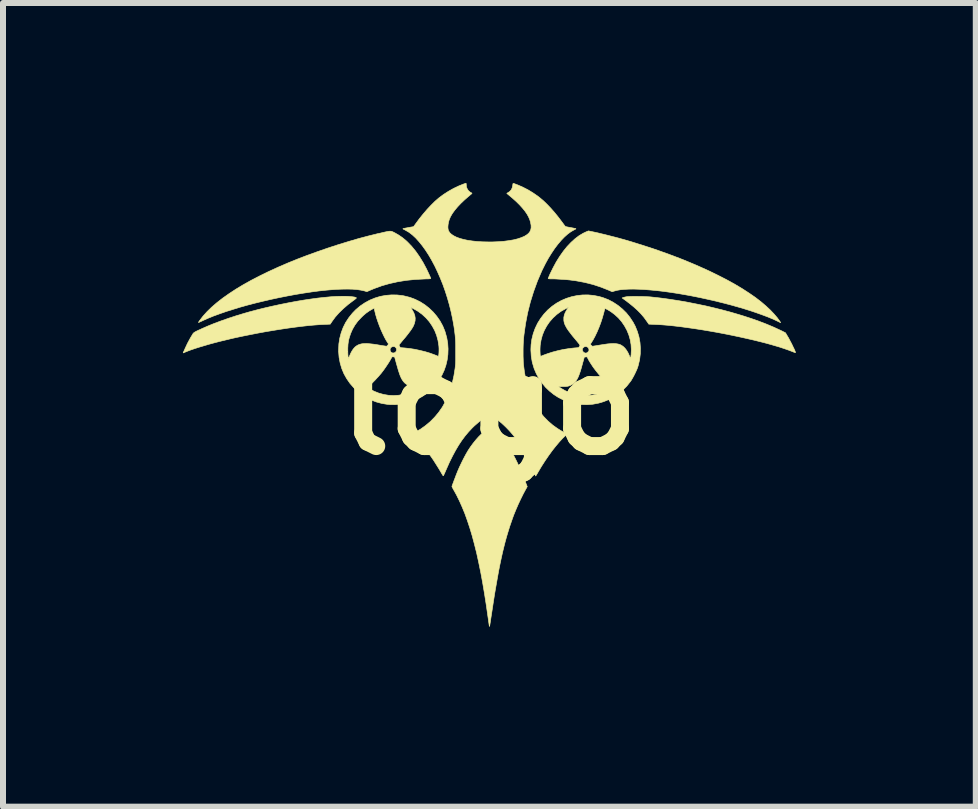
<source format=kicad_pcb>
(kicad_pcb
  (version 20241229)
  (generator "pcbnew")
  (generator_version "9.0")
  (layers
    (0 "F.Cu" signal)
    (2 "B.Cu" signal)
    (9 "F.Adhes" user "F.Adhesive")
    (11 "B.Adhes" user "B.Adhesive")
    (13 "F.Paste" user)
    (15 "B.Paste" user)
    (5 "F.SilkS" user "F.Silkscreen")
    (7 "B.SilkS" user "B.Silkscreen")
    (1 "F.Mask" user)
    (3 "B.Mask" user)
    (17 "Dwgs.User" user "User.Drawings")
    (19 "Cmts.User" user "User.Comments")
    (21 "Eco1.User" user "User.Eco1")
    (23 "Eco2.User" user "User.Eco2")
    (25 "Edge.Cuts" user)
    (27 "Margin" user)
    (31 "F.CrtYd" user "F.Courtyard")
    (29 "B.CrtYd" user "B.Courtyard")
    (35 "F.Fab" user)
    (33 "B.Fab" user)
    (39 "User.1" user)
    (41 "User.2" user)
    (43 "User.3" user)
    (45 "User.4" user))
  (footprint "logo"
    (layer "F.Cu")
    (at 5.11 3.698)
    (property "Reference" "logo" (at 0 0 0) (layer "F.SilkS") (effects (font (size 1.524 1.524) (thickness 0.3))))
    (attr through_hole)
    (fp_poly (pts (xy 2.492 -1.805) (xy 2.539 -1.805) (xy 2.585 -1.803) (xy 2.628 -1.801) (xy 2.667 -1.799) (xy 2.692 -1.797) (xy 2.844 -1.78) (xy 2.999 -1.759) (xy 3.155 -1.735) (xy 3.312 -1.707) (xy 3.469 -1.676) (xy 3.626 -1.643) (xy 3.781 -1.606) (xy 3.933 -1.567) (xy 4.081 -1.526) (xy 4.225 -1.483) (xy 4.364 -1.438) (xy 4.496 -1.391) (xy 4.621 -1.343) (xy 4.738 -1.294) (xy 4.846 -1.244) (xy 4.876 -1.23) (xy 4.937 -1.199) (xy 4.97 -1.143) (xy 4.986 -1.117) (xy 5.002 -1.087) (xy 5.019 -1.054) (xy 5.037 -1.021) (xy 5.053 -0.988) (xy 5.068 -0.956) (xy 5.082 -0.928) (xy 5.093 -0.903) (xy 5.1 -0.884) (xy 5.104 -0.872) (xy 5.104 -0.869) (xy 5.099 -0.869) (xy 5.087 -0.872) (xy 5.071 -0.878) (xy 5.067 -0.88) (xy 4.997 -0.907) (xy 4.917 -0.935) (xy 4.829 -0.964) (xy 4.733 -0.992) (xy 4.631 -1.021) (xy 4.522 -1.049) (xy 4.409 -1.077) (xy 4.291 -1.104) (xy 4.17 -1.131) (xy 4.047 -1.157) (xy 3.922 -1.182) (xy 3.797 -1.206) (xy 3.671 -1.228) (xy 3.546 -1.249) (xy 3.424 -1.268) (xy 3.304 -1.285) (xy 3.187 -1.301) (xy 3.075 -1.314) (xy 2.968 -1.325) (xy 2.867 -1.333) (xy 2.773 -1.338) (xy 2.747 -1.339) (xy 2.658 -1.343) (xy 2.624 -1.392) (xy 2.58 -1.453) (xy 2.53 -1.512) (xy 2.474 -1.57) (xy 2.41 -1.628) (xy 2.338 -1.687) (xy 2.268 -1.74) (xy 2.213 -1.78) (xy 2.228 -1.786) (xy 2.241 -1.79) (xy 2.259 -1.795) (xy 2.278 -1.799) (xy 2.298 -1.802) (xy 2.326 -1.804) (xy 2.361 -1.805) (xy 2.401 -1.806) (xy 2.446 -1.806) (xy 2.492 -1.805)) (stroke (width 0.01) (type solid)) (fill yes) (layer "F.SilkS"))
    (fp_poly (pts (xy -2.392 -1.808) (xy -2.349 -1.806) (xy -2.311 -1.803) (xy -2.277 -1.799) (xy -2.25 -1.795) (xy -2.23 -1.789) (xy -2.219 -1.783) (xy -2.217 -1.78) (xy -2.22 -1.776) (xy -2.23 -1.767) (xy -2.245 -1.754) (xy -2.264 -1.74) (xy -2.265 -1.74) (xy -2.356 -1.671) (xy -2.437 -1.601) (xy -2.508 -1.532) (xy -2.57 -1.462) (xy -2.622 -1.391) (xy -2.625 -1.386) (xy -2.654 -1.343) (xy -2.746 -1.339) (xy -2.829 -1.335) (xy -2.921 -1.328) (xy -3.021 -1.319) (xy -3.127 -1.307) (xy -3.239 -1.293) (xy -3.357 -1.277) (xy -3.477 -1.259) (xy -3.601 -1.239) (xy -3.727 -1.218) (xy -3.853 -1.195) (xy -3.98 -1.17) (xy -4.105 -1.145) (xy -4.228 -1.119) (xy -4.303 -1.102) (xy -4.399 -1.079) (xy -4.494 -1.056) (xy -4.586 -1.032) (xy -4.675 -1.008) (xy -4.759 -0.983) (xy -4.837 -0.96) (xy -4.909 -0.937) (xy -4.974 -0.915) (xy -5.03 -0.894) (xy -5.06 -0.882) (xy -5.081 -0.873) (xy -5.094 -0.867) (xy -5.101 -0.865) (xy -5.105 -0.864) (xy -5.105 -0.865) (xy -5.105 -0.866) (xy -5.103 -0.871) (xy -5.098 -0.885) (xy -5.089 -0.903) (xy -5.079 -0.926) (xy -5.068 -0.951) (xy -5.056 -0.976) (xy -5.045 -1) (xy -5.035 -1.021) (xy -5.031 -1.029) (xy -5.019 -1.051) (xy -5.004 -1.079) (xy -4.988 -1.108) (xy -4.972 -1.136) (xy -4.97 -1.138) (xy -4.959 -1.157) (xy -4.95 -1.172) (xy -4.943 -1.184) (xy -4.934 -1.194) (xy -4.925 -1.203) (xy -4.912 -1.211) (xy -4.896 -1.22) (xy -4.874 -1.231) (xy -4.846 -1.244) (xy -4.81 -1.26) (xy -4.805 -1.263) (xy -4.703 -1.308) (xy -4.593 -1.353) (xy -4.475 -1.397) (xy -4.35 -1.441) (xy -4.222 -1.483) (xy -4.089 -1.523) (xy -3.998 -1.549) (xy -3.87 -1.583) (xy -3.741 -1.615) (xy -3.61 -1.645) (xy -3.48 -1.673) (xy -3.35 -1.699) (xy -3.222 -1.723) (xy -3.097 -1.744) (xy -2.976 -1.762) (xy -2.859 -1.778) (xy -2.748 -1.79) (xy -2.643 -1.8) (xy -2.546 -1.806) (xy -2.457 -1.808) (xy -2.438 -1.808) (xy -2.392 -1.808)) (stroke (width 0.01) (type solid)) (fill yes) (layer "F.SilkS"))
    (fp_poly (pts (xy -1.634 -2.891) (xy -1.622 -2.887) (xy -1.609 -2.882) (xy -1.594 -2.874) (xy -1.577 -2.866) (xy -1.513 -2.829) (xy -1.453 -2.788) (xy -1.394 -2.74) (xy -1.365 -2.713) (xy -1.296 -2.641) (xy -1.229 -2.559) (xy -1.166 -2.469) (xy -1.105 -2.37) (xy -1.048 -2.263) (xy -1.017 -2.197) (xy -1.005 -2.171) (xy -0.994 -2.147) (xy -0.986 -2.128) (xy -0.98 -2.115) (xy -0.978 -2.11) (xy -0.978 -2.107) (xy -0.979 -2.104) (xy -0.982 -2.102) (xy -0.99 -2.101) (xy -1.003 -2.099) (xy -1.022 -2.098) (xy -1.049 -2.098) (xy -1.085 -2.096) (xy -1.088 -2.096) (xy -1.242 -2.088) (xy -1.389 -2.073) (xy -1.53 -2.05) (xy -1.665 -2.02) (xy -1.795 -1.983) (xy -1.921 -1.937) (xy -1.993 -1.907) (xy -2.043 -1.885) (xy -2.086 -1.898) (xy -2.141 -1.91) (xy -2.206 -1.92) (xy -2.279 -1.926) (xy -2.362 -1.928) (xy -2.453 -1.927) (xy -2.553 -1.923) (xy -2.661 -1.915) (xy -2.718 -1.91) (xy -2.841 -1.897) (xy -2.969 -1.88) (xy -3.1 -1.86) (xy -3.233 -1.838) (xy -3.368 -1.813) (xy -3.504 -1.786) (xy -3.639 -1.757) (xy -3.773 -1.726) (xy -3.905 -1.694) (xy -4.035 -1.66) (xy -4.16 -1.625) (xy -4.28 -1.588) (xy -4.395 -1.552) (xy -4.503 -1.514) (xy -4.604 -1.477) (xy -4.697 -1.439) (xy -4.779 -1.402) (xy -4.804 -1.39) (xy -4.825 -1.381) (xy -4.84 -1.374) (xy -4.85 -1.371) (xy -4.851 -1.371) (xy -4.849 -1.377) (xy -4.841 -1.389) (xy -4.831 -1.404) (xy -4.83 -1.405) (xy -4.773 -1.479) (xy -4.707 -1.552) (xy -4.63 -1.627) (xy -4.544 -1.701) (xy -4.448 -1.776) (xy -4.343 -1.85) (xy -4.229 -1.925) (xy -4.106 -1.999) (xy -3.974 -2.073) (xy -3.833 -2.146) (xy -3.684 -2.219) (xy -3.527 -2.291) (xy -3.511 -2.298) (xy -3.358 -2.364) (xy -3.198 -2.429) (xy -3.033 -2.492) (xy -2.864 -2.553) (xy -2.693 -2.612) (xy -2.522 -2.668) (xy -2.352 -2.72) (xy -2.185 -2.769) (xy -2.023 -2.812) (xy -1.866 -2.851) (xy -1.814 -2.862) (xy -1.769 -2.873) (xy -1.733 -2.881) (xy -1.704 -2.887) (xy -1.681 -2.891) (xy -1.662 -2.893) (xy -1.647 -2.893) (xy -1.634 -2.891)) (stroke (width 0.01) (type solid)) (fill yes) (layer "F.SilkS"))
    (fp_poly (pts (xy 1.724 -2.883) (xy 1.762 -2.875) (xy 1.808 -2.865) (xy 1.86 -2.852) (xy 1.916 -2.839) (xy 1.976 -2.824) (xy 2.037 -2.808) (xy 2.097 -2.793) (xy 2.154 -2.778) (xy 2.207 -2.763) (xy 2.248 -2.752) (xy 2.441 -2.694) (xy 2.63 -2.634) (xy 2.815 -2.572) (xy 2.996 -2.507) (xy 3.171 -2.441) (xy 3.341 -2.372) (xy 3.504 -2.302) (xy 3.661 -2.231) (xy 3.811 -2.158) (xy 3.954 -2.085) (xy 4.088 -2.011) (xy 4.214 -1.936) (xy 4.33 -1.861) (xy 4.437 -1.787) (xy 4.455 -1.773) (xy 4.535 -1.711) (xy 4.611 -1.646) (xy 4.681 -1.581) (xy 4.744 -1.515) (xy 4.799 -1.451) (xy 4.833 -1.405) (xy 4.844 -1.389) (xy 4.852 -1.377) (xy 4.856 -1.37) (xy 4.856 -1.369) (xy 4.851 -1.37) (xy 4.84 -1.375) (xy 4.834 -1.378) (xy 4.778 -1.405) (xy 4.713 -1.434) (xy 4.641 -1.464) (xy 4.561 -1.494) (xy 4.475 -1.525) (xy 4.385 -1.556) (xy 4.291 -1.586) (xy 4.194 -1.616) (xy 4.15 -1.628) (xy 4.023 -1.664) (xy 3.895 -1.697) (xy 3.767 -1.729) (xy 3.639 -1.758) (xy 3.512 -1.786) (xy 3.387 -1.811) (xy 3.263 -1.834) (xy 3.141 -1.855) (xy 3.023 -1.873) (xy 2.908 -1.889) (xy 2.798 -1.902) (xy 2.692 -1.912) (xy 2.591 -1.92) (xy 2.496 -1.925) (xy 2.407 -1.928) (xy 2.326 -1.927) (xy 2.251 -1.923) (xy 2.185 -1.917) (xy 2.127 -1.907) (xy 2.079 -1.894) (xy 2.047 -1.884) (xy 1.99 -1.909) (xy 1.862 -1.96) (xy 1.728 -2.004) (xy 1.589 -2.039) (xy 1.444 -2.066) (xy 1.339 -2.08) (xy 1.298 -2.084) (xy 1.25 -2.088) (xy 1.2 -2.091) (xy 1.15 -2.094) (xy 1.101 -2.097) (xy 1.059 -2.098) (xy 1.036 -2.098) (xy 1.009 -2.098) (xy 0.991 -2.1) (xy 0.982 -2.102) (xy 0.98 -2.104) (xy 0.982 -2.111) (xy 0.988 -2.125) (xy 0.996 -2.144) (xy 1.006 -2.168) (xy 1.011 -2.179) (xy 1.063 -2.285) (xy 1.117 -2.385) (xy 1.175 -2.477) (xy 1.235 -2.562) (xy 1.297 -2.639) (xy 1.362 -2.707) (xy 1.428 -2.767) (xy 1.495 -2.818) (xy 1.564 -2.859) (xy 1.617 -2.884) (xy 1.652 -2.898) (xy 1.724 -2.883)) (stroke (width 0.01) (type solid)) (fill yes) (layer "F.SilkS"))
    (fp_poly (pts (xy 0.011 0.389) (xy 0.025 0.399) (xy 0.045 0.412) (xy 0.067 0.43) (xy 0.092 0.45) (xy 0.118 0.472) (xy 0.143 0.494) (xy 0.166 0.516) (xy 0.173 0.523) (xy 0.214 0.566) (xy 0.253 0.612) (xy 0.291 0.662) (xy 0.328 0.715) (xy 0.364 0.773) (xy 0.4 0.836) (xy 0.436 0.906) (xy 0.473 0.982) (xy 0.51 1.066) (xy 0.549 1.159) (xy 0.59 1.26) (xy 0.599 1.284) (xy 0.631 1.366) (xy 0.605 1.412) (xy 0.564 1.488) (xy 0.523 1.571) (xy 0.482 1.658) (xy 0.443 1.748) (xy 0.407 1.836) (xy 0.394 1.871) (xy 0.367 1.948) (xy 0.34 2.026) (xy 0.315 2.106) (xy 0.29 2.189) (xy 0.266 2.275) (xy 0.243 2.365) (xy 0.22 2.459) (xy 0.198 2.558) (xy 0.176 2.662) (xy 0.154 2.773) (xy 0.133 2.891) (xy 0.111 3.016) (xy 0.088 3.149) (xy 0.066 3.29) (xy 0.043 3.441) (xy 0.028 3.538) (xy 0.022 3.577) (xy 0.017 3.612) (xy 0.012 3.643) (xy 0.008 3.668) (xy 0.005 3.686) (xy 0.003 3.696) (xy 0.003 3.697) (xy 0.000123 3.695) (xy -0.002 3.687) (xy -0.003 3.679) (xy -0.006 3.663) (xy -0.009 3.639) (xy -0.014 3.609) (xy -0.018 3.576) (xy -0.023 3.543) (xy -0.052 3.341) (xy -0.082 3.149) (xy -0.113 2.966) (xy -0.145 2.793) (xy -0.179 2.628) (xy -0.213 2.472) (xy -0.25 2.325) (xy -0.287 2.186) (xy -0.327 2.054) (xy -0.368 1.93) (xy -0.41 1.813) (xy -0.455 1.704) (xy -0.501 1.601) (xy -0.549 1.504) (xy -0.591 1.428) (xy -0.604 1.406) (xy -0.614 1.386) (xy -0.621 1.372) (xy -0.625 1.364) (xy -0.625 1.363) (xy -0.623 1.357) (xy -0.618 1.342) (xy -0.61 1.32) (xy -0.6 1.294) (xy -0.589 1.263) (xy -0.576 1.23) (xy -0.563 1.195) (xy -0.55 1.161) (xy -0.537 1.129) (xy -0.525 1.099) (xy -0.523 1.095) (xy -0.505 1.053) (xy -0.483 1.006) (xy -0.459 0.956) (xy -0.434 0.906) (xy -0.409 0.858) (xy -0.385 0.814) (xy -0.363 0.777) (xy -0.357 0.766) (xy -0.316 0.704) (xy -0.272 0.644) (xy -0.227 0.588) (xy -0.182 0.537) (xy -0.139 0.494) (xy -0.125 0.481) (xy -0.104 0.463) (xy -0.082 0.445) (xy -0.059 0.427) (xy -0.038 0.411) (xy -0.019 0.398) (xy -0.006 0.39) (xy 0.002 0.386) (xy 0.002 0.386) (xy 0.011 0.389)) (stroke (width 0.01) (type solid)) (fill yes) (layer "F.SilkS"))
    (fp_poly (pts (xy -1.54 -1.83) (xy -1.445 -1.819) (xy -1.417 -1.813) (xy -1.325 -1.79) (xy -1.238 -1.757) (xy -1.155 -1.716) (xy -1.076 -1.666) (xy -1.004 -1.609) (xy -0.937 -1.545) (xy -0.877 -1.474) (xy -0.824 -1.398) (xy -0.779 -1.316) (xy -0.743 -1.229) (xy -0.737 -1.21) (xy -0.711 -1.117) (xy -0.695 -1.024) (xy -0.689 -0.931) (xy -0.692 -0.838) (xy -0.704 -0.747) (xy -0.725 -0.658) (xy -0.755 -0.571) (xy -0.794 -0.488) (xy -0.84 -0.409) (xy -0.895 -0.335) (xy -0.958 -0.266) (xy -1.028 -0.203) (xy -1.097 -0.152) (xy -1.126 -0.134) (xy -1.162 -0.114) (xy -1.202 -0.094) (xy -1.243 -0.075) (xy -1.28 -0.059) (xy -1.313 -0.047) (xy -1.313 -0.047) (xy -1.396 -0.024) (xy -1.483 -0.009) (xy -1.571 -0.001) (xy -1.657 -0.002) (xy -1.702 -0.006) (xy -1.793 -0.021) (xy -1.883 -0.045) (xy -1.97 -0.078) (xy -2.051 -0.118) (xy -2.083 -0.137) (xy -2.14 -0.176) (xy -2.194 -0.219) (xy -2.247 -0.269) (xy -2.261 -0.283) (xy -2.263 -0.285) (xy -2.031 -0.285) (xy -2.002 -0.268) (xy -1.926 -0.226) (xy -1.846 -0.194) (xy -1.764 -0.171) (xy -1.68 -0.157) (xy -1.597 -0.153) (xy -1.513 -0.158) (xy -1.501 -0.16) (xy -1.423 -0.175) (xy -1.349 -0.196) (xy -1.279 -0.226) (xy -1.209 -0.264) (xy -1.189 -0.276) (xy -1.156 -0.297) (xy -1.224 -0.3) (xy -1.275 -0.305) (xy -1.317 -0.312) (xy -1.352 -0.324) (xy -1.383 -0.34) (xy -1.41 -0.361) (xy -1.424 -0.376) (xy -1.439 -0.394) (xy -1.453 -0.415) (xy -1.467 -0.438) (xy -1.479 -0.465) (xy -1.492 -0.496) (xy -1.505 -0.534) (xy -1.52 -0.58) (xy -1.535 -0.633) (xy -1.544 -0.664) (xy -1.554 -0.699) (xy -1.562 -0.73) (xy -1.57 -0.757) (xy -1.575 -0.777) (xy -1.579 -0.79) (xy -1.58 -0.795) (xy -1.584 -0.797) (xy -1.596 -0.797) (xy -1.602 -0.798) (xy -1.624 -0.798) (xy -1.644 -0.761) (xy -1.66 -0.733) (xy -1.681 -0.699) (xy -1.706 -0.661) (xy -1.733 -0.621) (xy -1.761 -0.581) (xy -1.789 -0.544) (xy -1.805 -0.523) (xy -1.825 -0.5) (xy -1.849 -0.472) (xy -1.877 -0.442) (xy -1.906 -0.41) (xy -1.935 -0.381) (xy -1.943 -0.372) (xy -2.031 -0.285) (xy -2.263 -0.285) (xy -2.325 -0.356) (xy -2.379 -0.434) (xy -2.425 -0.516) (xy -2.461 -0.602) (xy -2.488 -0.693) (xy -2.506 -0.786) (xy -2.514 -0.884) (xy -2.515 -0.916) (xy -2.514 -0.918) (xy -2.361 -0.918) (xy -2.361 -0.888) (xy -2.36 -0.858) (xy -2.359 -0.831) (xy -2.357 -0.808) (xy -2.354 -0.789) (xy -2.351 -0.777) (xy -2.349 -0.772) (xy -2.347 -0.775) (xy -2.343 -0.784) (xy -2.337 -0.8) (xy -2.329 -0.819) (xy -2.325 -0.829) (xy -2.308 -0.866) (xy -2.288 -0.902) (xy -2.274 -0.922) (xy -1.656 -0.922) (xy -1.654 -0.901) (xy -1.646 -0.883) (xy -1.632 -0.87) (xy -1.614 -0.863) (xy -1.593 -0.863) (xy -1.572 -0.871) (xy -1.571 -0.872) (xy -1.561 -0.882) (xy -1.552 -0.896) (xy -1.551 -0.897) (xy -1.547 -0.918) (xy -1.552 -0.939) (xy -1.563 -0.955) (xy -1.58 -0.967) (xy -1.598 -0.97) (xy -1.622 -0.966) (xy -1.64 -0.955) (xy -1.649 -0.944) (xy -1.656 -0.922) (xy -2.274 -0.922) (xy -2.266 -0.933) (xy -2.244 -0.958) (xy -2.239 -0.963) (xy -2.214 -0.982) (xy -2.188 -0.997) (xy -2.158 -1.008) (xy -2.125 -1.016) (xy -2.088 -1.019) (xy -2.044 -1.02) (xy -1.994 -1.016) (xy -1.937 -1.01) (xy -1.871 -1) (xy -1.848 -0.996) (xy -1.814 -0.99) (xy -1.783 -0.985) (xy -1.756 -0.981) (xy -1.735 -0.978) (xy -1.722 -0.976) (xy -1.718 -0.975) (xy -1.709 -0.979) (xy -1.698 -0.989) (xy -1.695 -0.993) (xy -1.693 -0.996) (xy -1.508 -0.996) (xy -1.497 -0.974) (xy -1.486 -0.952) (xy -1.41 -0.946) (xy -1.329 -0.937) (xy -1.244 -0.924) (xy -1.157 -0.905) (xy -1.071 -0.884) (xy -0.988 -0.859) (xy -0.912 -0.831) (xy -0.886 -0.821) (xy -0.868 -0.813) (xy -0.857 -0.809) (xy -0.851 -0.809) (xy -0.848 -0.813) (xy -0.847 -0.819) (xy -0.843 -0.841) (xy -0.841 -0.87) (xy -0.84 -0.904) (xy -0.84 -0.939) (xy -0.842 -0.973) (xy -0.843 -0.983) (xy -0.857 -1.071) (xy -0.88 -1.156) (xy -0.912 -1.237) (xy -0.953 -1.312) (xy -1.001 -1.383) (xy -1.058 -1.448) (xy -1.122 -1.507) (xy -1.193 -1.559) (xy -1.256 -1.595) (xy -1.277 -1.606) (xy -1.293 -1.614) (xy -1.305 -1.618) (xy -1.308 -1.619) (xy -1.307 -1.614) (xy -1.301 -1.603) (xy -1.291 -1.588) (xy -1.288 -1.582) (xy -1.261 -1.535) (xy -1.244 -1.489) (xy -1.237 -1.444) (xy -1.239 -1.399) (xy -1.251 -1.352) (xy -1.267 -1.313) (xy -1.278 -1.293) (xy -1.29 -1.273) (xy -1.305 -1.25) (xy -1.323 -1.225) (xy -1.345 -1.196) (xy -1.371 -1.162) (xy -1.403 -1.122) (xy -1.435 -1.085) (xy -1.508 -0.996) (xy -1.693 -0.996) (xy -1.681 -1.011) (xy -1.696 -1.033) (xy -1.723 -1.076) (xy -1.751 -1.128) (xy -1.779 -1.186) (xy -1.807 -1.248) (xy -1.834 -1.314) (xy -1.858 -1.38) (xy -1.88 -1.445) (xy -1.898 -1.507) (xy -1.912 -1.565) (xy -1.915 -1.579) (xy -1.922 -1.611) (xy -1.955 -1.592) (xy -2.008 -1.561) (xy -2.056 -1.527) (xy -2.102 -1.488) (xy -2.136 -1.455) (xy -2.194 -1.393) (xy -2.242 -1.328) (xy -2.282 -1.259) (xy -2.314 -1.186) (xy -2.324 -1.156) (xy -2.337 -1.115) (xy -2.347 -1.078) (xy -2.353 -1.042) (xy -2.358 -1.004) (xy -2.36 -0.96) (xy -2.361 -0.948) (xy -2.361 -0.918) (xy -2.514 -0.918) (xy -2.51 -1.014) (xy -2.495 -1.109) (xy -2.471 -1.2) (xy -2.438 -1.288) (xy -2.396 -1.372) (xy -2.344 -1.451) (xy -2.284 -1.526) (xy -2.229 -1.583) (xy -2.156 -1.645) (xy -2.078 -1.698) (xy -1.996 -1.743) (xy -1.909 -1.779) (xy -1.82 -1.806) (xy -1.728 -1.823) (xy -1.635 -1.831) (xy -1.54 -1.83)) (stroke (width 0.01) (type solid)) (fill yes) (layer "F.SilkS"))
    (fp_poly (pts (xy 1.738 -1.822) (xy 1.83 -1.804) (xy 1.895 -1.785) (xy 1.983 -1.751) (xy 2.066 -1.707) (xy 2.145 -1.655) (xy 2.217 -1.596) (xy 2.284 -1.53) (xy 2.343 -1.456) (xy 2.395 -1.377) (xy 2.431 -1.31) (xy 2.467 -1.221) (xy 2.494 -1.13) (xy 2.511 -1.037) (xy 2.518 -0.942) (xy 2.516 -0.847) (xy 2.505 -0.753) (xy 2.483 -0.66) (xy 2.474 -0.629) (xy 2.462 -0.596) (xy 2.445 -0.558) (xy 2.426 -0.517) (xy 2.405 -0.476) (xy 2.383 -0.437) (xy 2.363 -0.403) (xy 2.35 -0.385) (xy 2.29 -0.309) (xy 2.223 -0.242) (xy 2.151 -0.182) (xy 2.073 -0.13) (xy 1.991 -0.086) (xy 1.905 -0.051) (xy 1.816 -0.025) (xy 1.724 -0.008) (xy 1.63 -0.000473) (xy 1.535 -0.003) (xy 1.501 -0.006) (xy 1.408 -0.021) (xy 1.318 -0.046) (xy 1.232 -0.08) (xy 1.15 -0.121) (xy 1.073 -0.171) (xy 1.002 -0.228) (xy 0.936 -0.291) (xy 0.928 -0.301) (xy 1.153 -0.301) (xy 1.157 -0.298) (xy 1.168 -0.291) (xy 1.184 -0.281) (xy 1.203 -0.269) (xy 1.223 -0.257) (xy 1.243 -0.246) (xy 1.26 -0.236) (xy 1.268 -0.232) (xy 1.321 -0.209) (xy 1.38 -0.188) (xy 1.442 -0.171) (xy 1.503 -0.159) (xy 1.514 -0.158) (xy 1.539 -0.155) (xy 1.571 -0.154) (xy 1.608 -0.155) (xy 1.646 -0.156) (xy 1.683 -0.158) (xy 1.716 -0.161) (xy 1.742 -0.165) (xy 1.742 -0.165) (xy 1.802 -0.18) (xy 1.864 -0.2) (xy 1.924 -0.225) (xy 1.979 -0.252) (xy 2.01 -0.27) (xy 2.036 -0.287) (xy 1.991 -0.328) (xy 1.948 -0.369) (xy 1.903 -0.416) (xy 1.857 -0.467) (xy 1.812 -0.521) (xy 1.768 -0.576) (xy 1.728 -0.63) (xy 1.693 -0.683) (xy 1.663 -0.731) (xy 1.647 -0.761) (xy 1.628 -0.798) (xy 1.606 -0.796) (xy 1.583 -0.795) (xy 1.572 -0.754) (xy 1.567 -0.735) (xy 1.559 -0.709) (xy 1.551 -0.679) (xy 1.542 -0.647) (xy 1.537 -0.627) (xy 1.518 -0.563) (xy 1.499 -0.508) (xy 1.481 -0.462) (xy 1.461 -0.423) (xy 1.44 -0.391) (xy 1.417 -0.365) (xy 1.391 -0.344) (xy 1.363 -0.328) (xy 1.335 -0.316) (xy 1.319 -0.311) (xy 1.304 -0.307) (xy 1.288 -0.305) (xy 1.269 -0.303) (xy 1.244 -0.303) (xy 1.226 -0.303) (xy 1.2 -0.302) (xy 1.178 -0.302) (xy 1.162 -0.302) (xy 1.154 -0.302) (xy 1.153 -0.301) (xy 0.928 -0.301) (xy 0.878 -0.361) (xy 0.826 -0.437) (xy 0.782 -0.518) (xy 0.746 -0.603) (xy 0.719 -0.693) (xy 0.714 -0.712) (xy 0.698 -0.808) (xy 0.692 -0.905) (xy 0.692 -0.928) (xy 0.844 -0.928) (xy 0.844 -0.899) (xy 0.845 -0.872) (xy 0.846 -0.847) (xy 0.848 -0.827) (xy 0.85 -0.813) (xy 0.853 -0.808) (xy 0.853 -0.808) (xy 0.859 -0.81) (xy 0.873 -0.814) (xy 0.89 -0.821) (xy 0.893 -0.823) (xy 0.97 -0.851) (xy 1.054 -0.878) (xy 1.142 -0.901) (xy 1.227 -0.92) (xy 1.549 -0.92) (xy 1.554 -0.898) (xy 1.565 -0.88) (xy 1.582 -0.867) (xy 1.602 -0.861) (xy 1.613 -0.861) (xy 1.626 -0.866) (xy 1.641 -0.877) (xy 1.645 -0.882) (xy 1.656 -0.894) (xy 1.66 -0.904) (xy 1.66 -0.917) (xy 1.66 -0.921) (xy 1.652 -0.944) (xy 1.637 -0.96) (xy 1.617 -0.969) (xy 1.605 -0.97) (xy 1.585 -0.966) (xy 1.567 -0.955) (xy 1.555 -0.939) (xy 1.549 -0.921) (xy 1.549 -0.92) (xy 1.227 -0.92) (xy 1.232 -0.92) (xy 1.32 -0.935) (xy 1.404 -0.945) (xy 1.414 -0.946) (xy 1.489 -0.952) (xy 1.501 -0.973) (xy 1.512 -0.994) (xy 1.501 -1.008) (xy 1.683 -1.008) (xy 1.697 -0.992) (xy 1.708 -0.981) (xy 1.718 -0.976) (xy 1.721 -0.975) (xy 1.728 -0.976) (xy 1.744 -0.979) (xy 1.767 -0.982) (xy 1.795 -0.987) (xy 1.828 -0.992) (xy 1.852 -0.996) (xy 1.916 -1.006) (xy 1.972 -1.014) (xy 2.021 -1.018) (xy 2.063 -1.02) (xy 2.099 -1.019) (xy 2.13 -1.015) (xy 2.158 -1.009) (xy 2.184 -1) (xy 2.192 -0.996) (xy 2.227 -0.974) (xy 2.26 -0.943) (xy 2.289 -0.905) (xy 2.315 -0.86) (xy 2.336 -0.812) (xy 2.342 -0.794) (xy 2.348 -0.782) (xy 2.352 -0.776) (xy 2.353 -0.776) (xy 2.355 -0.782) (xy 2.358 -0.797) (xy 2.36 -0.816) (xy 2.363 -0.833) (xy 2.367 -0.917) (xy 2.362 -1.001) (xy 2.348 -1.083) (xy 2.325 -1.163) (xy 2.293 -1.241) (xy 2.253 -1.314) (xy 2.206 -1.383) (xy 2.152 -1.446) (xy 2.09 -1.503) (xy 2.023 -1.553) (xy 1.97 -1.585) (xy 1.952 -1.594) (xy 1.937 -1.601) (xy 1.928 -1.604) (xy 1.927 -1.603) (xy 1.925 -1.598) (xy 1.921 -1.584) (xy 1.915 -1.564) (xy 1.909 -1.539) (xy 1.905 -1.525) (xy 1.883 -1.447) (xy 1.857 -1.367) (xy 1.827 -1.288) (xy 1.795 -1.212) (xy 1.761 -1.141) (xy 1.726 -1.076) (xy 1.704 -1.041) (xy 1.683 -1.008) (xy 1.501 -1.008) (xy 1.427 -1.098) (xy 1.384 -1.149) (xy 1.349 -1.195) (xy 1.319 -1.234) (xy 1.295 -1.269) (xy 1.277 -1.301) (xy 1.262 -1.329) (xy 1.252 -1.355) (xy 1.245 -1.381) (xy 1.241 -1.406) (xy 1.241 -1.413) (xy 1.241 -1.455) (xy 1.249 -1.495) (xy 1.264 -1.535) (xy 1.288 -1.578) (xy 1.297 -1.591) (xy 1.32 -1.625) (xy 1.268 -1.599) (xy 1.192 -1.556) (xy 1.122 -1.504) (xy 1.059 -1.446) (xy 1.003 -1.382) (xy 0.955 -1.312) (xy 0.915 -1.238) (xy 0.883 -1.159) (xy 0.861 -1.077) (xy 0.847 -0.991) (xy 0.845 -0.955) (xy 0.844 -0.928) (xy 0.692 -0.928) (xy 0.695 -1) (xy 0.708 -1.093) (xy 0.731 -1.185) (xy 0.763 -1.273) (xy 0.804 -1.359) (xy 0.855 -1.44) (xy 0.911 -1.513) (xy 0.975 -1.581) (xy 1.045 -1.641) (xy 1.121 -1.694) (xy 1.201 -1.738) (xy 1.285 -1.774) (xy 1.372 -1.801) (xy 1.462 -1.82) (xy 1.553 -1.83) (xy 1.646 -1.831) (xy 1.738 -1.822)) (stroke (width 0.01) (type solid)) (fill yes) (layer "F.SilkS"))
    (fp_poly (pts (xy -0.388 -3.689) (xy -0.386 -3.677) (xy -0.386 -3.669) (xy -0.382 -3.63) (xy -0.368 -3.596) (xy -0.348 -3.567) (xy -0.32 -3.544) (xy -0.313 -3.54) (xy -0.3 -3.533) (xy -0.291 -3.527) (xy -0.29 -3.525) (xy -0.293 -3.521) (xy -0.303 -3.511) (xy -0.319 -3.498) (xy -0.337 -3.482) (xy -0.344 -3.477) (xy -0.413 -3.417) (xy -0.475 -3.358) (xy -0.53 -3.3) (xy -0.577 -3.244) (xy -0.617 -3.189) (xy -0.647 -3.138) (xy -0.653 -3.125) (xy -0.67 -3.084) (xy -0.682 -3.042) (xy -0.689 -3.001) (xy -0.692 -2.962) (xy -0.689 -2.927) (xy -0.681 -2.899) (xy -0.68 -2.898) (xy -0.661 -2.868) (xy -0.632 -2.841) (xy -0.594 -2.816) (xy -0.548 -2.793) (xy -0.493 -2.773) (xy -0.431 -2.756) (xy -0.361 -2.741) (xy -0.285 -2.73) (xy -0.202 -2.721) (xy -0.114 -2.716) (xy -0.02 -2.714) (xy 0.053 -2.714) (xy 0.151 -2.718) (xy 0.242 -2.725) (xy 0.326 -2.736) (xy 0.403 -2.749) (xy 0.471 -2.766) (xy 0.531 -2.786) (xy 0.583 -2.808) (xy 0.625 -2.834) (xy 0.653 -2.857) (xy 0.675 -2.885) (xy 0.689 -2.916) (xy 0.696 -2.951) (xy 0.695 -2.993) (xy 0.686 -3.04) (xy 0.686 -3.042) (xy 0.672 -3.088) (xy 0.652 -3.134) (xy 0.625 -3.182) (xy 0.591 -3.231) (xy 0.55 -3.281) (xy 0.502 -3.334) (xy 0.445 -3.39) (xy 0.38 -3.448) (xy 0.306 -3.51) (xy 0.29 -3.523) (xy 0.293 -3.526) (xy 0.302 -3.532) (xy 0.306 -3.533) (xy 0.339 -3.555) (xy 0.364 -3.583) (xy 0.38 -3.616) (xy 0.389 -3.655) (xy 0.389 -3.659) (xy 0.391 -3.673) (xy 0.392 -3.682) (xy 0.395 -3.688) (xy 0.4 -3.69) (xy 0.41 -3.688) (xy 0.426 -3.682) (xy 0.449 -3.673) (xy 0.471 -3.665) (xy 0.556 -3.628) (xy 0.642 -3.584) (xy 0.726 -3.533) (xy 0.806 -3.478) (xy 0.843 -3.449) (xy 0.901 -3.4) (xy 0.961 -3.342) (xy 1.022 -3.278) (xy 1.084 -3.208) (xy 1.144 -3.134) (xy 1.192 -3.071) (xy 1.211 -3.046) (xy 1.227 -3.024) (xy 1.242 -3.004) (xy 1.252 -2.99) (xy 1.257 -2.984) (xy 1.262 -2.978) (xy 1.267 -2.974) (xy 1.275 -2.97) (xy 1.287 -2.967) (xy 1.305 -2.963) (xy 1.33 -2.958) (xy 1.352 -2.954) (xy 1.38 -2.949) (xy 1.405 -2.944) (xy 1.425 -2.94) (xy 1.438 -2.937) (xy 1.442 -2.936) (xy 1.442 -2.932) (xy 1.432 -2.925) (xy 1.413 -2.915) (xy 1.41 -2.914) (xy 1.358 -2.884) (xy 1.305 -2.845) (xy 1.251 -2.797) (xy 1.197 -2.741) (xy 1.142 -2.676) (xy 1.088 -2.605) (xy 1.035 -2.526) (xy 0.983 -2.442) (xy 0.933 -2.351) (xy 0.885 -2.255) (xy 0.873 -2.23) (xy 0.801 -2.062) (xy 0.738 -1.889) (xy 0.683 -1.713) (xy 0.638 -1.534) (xy 0.603 -1.352) (xy 0.577 -1.169) (xy 0.571 -1.113) (xy 0.568 -1.072) (xy 0.565 -1.025) (xy 0.563 -0.973) (xy 0.562 -0.918) (xy 0.562 -0.862) (xy 0.562 -0.808) (xy 0.564 -0.757) (xy 0.565 -0.712) (xy 0.568 -0.675) (xy 0.568 -0.673) (xy 0.585 -0.54) (xy 0.609 -0.414) (xy 0.64 -0.295) (xy 0.678 -0.183) (xy 0.724 -0.078) (xy 0.777 0.021) (xy 0.837 0.112) (xy 0.903 0.196) (xy 0.977 0.272) (xy 1.058 0.342) (xy 1.13 0.393) (xy 1.15 0.406) (xy 1.174 0.421) (xy 1.199 0.436) (xy 1.224 0.45) (xy 1.248 0.463) (xy 1.267 0.473) (xy 1.282 0.48) (xy 1.289 0.483) (xy 1.289 0.483) (xy 1.295 0.484) (xy 1.295 0.484) (xy 1.292 0.488) (xy 1.283 0.498) (xy 1.268 0.513) (xy 1.25 0.532) (xy 1.229 0.553) (xy 1.225 0.556) (xy 1.168 0.618) (xy 1.108 0.689) (xy 1.047 0.766) (xy 0.987 0.849) (xy 0.927 0.937) (xy 0.869 1.027) (xy 0.814 1.12) (xy 0.809 1.129) (xy 0.796 1.151) (xy 0.785 1.169) (xy 0.777 1.182) (xy 0.772 1.188) (xy 0.772 1.189) (xy 0.769 1.184) (xy 0.763 1.172) (xy 0.754 1.153) (xy 0.744 1.128) (xy 0.731 1.1) (xy 0.727 1.089) (xy 0.7 1.029) (xy 0.672 0.966) (xy 0.642 0.904) (xy 0.612 0.844) (xy 0.583 0.789) (xy 0.556 0.741) (xy 0.545 0.721) (xy 0.494 0.64) (xy 0.443 0.566) (xy 0.389 0.498) (xy 0.332 0.433) (xy 0.274 0.373) (xy 0.23 0.331) (xy 0.189 0.295) (xy 0.149 0.262) (xy 0.106 0.23) (xy 0.06 0.198) (xy 0.001 0.158) (xy -0.054 0.195) (xy -0.156 0.271) (xy -0.251 0.353) (xy -0.285 0.386) (xy -0.346 0.451) (xy -0.404 0.52) (xy -0.46 0.595) (xy -0.513 0.675) (xy -0.565 0.763) (xy -0.616 0.858) (xy -0.667 0.961) (xy -0.717 1.074) (xy -0.724 1.09) (xy -0.736 1.118) (xy -0.747 1.143) (xy -0.757 1.164) (xy -0.763 1.178) (xy -0.767 1.185) (xy -0.767 1.185) (xy -0.771 1.184) (xy -0.779 1.175) (xy -0.785 1.165) (xy -0.832 1.084) (xy -0.882 1.004) (xy -0.932 0.925) (xy -0.984 0.85) (xy -1.035 0.779) (xy -1.086 0.712) (xy -1.135 0.651) (xy -1.182 0.597) (xy -1.226 0.55) (xy -1.256 0.522) (xy -1.271 0.507) (xy -1.283 0.496) (xy -1.289 0.488) (xy -1.29 0.486) (xy -1.285 0.483) (xy -1.273 0.476) (xy -1.255 0.467) (xy -1.236 0.458) (xy -1.149 0.408) (xy -1.066 0.349) (xy -0.987 0.283) (xy -0.914 0.209) (xy -0.847 0.129) (xy -0.788 0.045) (xy -0.779 0.03) (xy -0.729 -0.06) (xy -0.686 -0.155) (xy -0.649 -0.257) (xy -0.618 -0.365) (xy -0.592 -0.481) (xy -0.573 -0.599) (xy -0.57 -0.623) (xy -0.568 -0.644) (xy -0.566 -0.665) (xy -0.564 -0.688) (xy -0.563 -0.713) (xy -0.562 -0.742) (xy -0.562 -0.776) (xy -0.562 -0.818) (xy -0.562 -0.868) (xy -0.562 -0.876) (xy -0.562 -0.937) (xy -0.562 -0.989) (xy -0.563 -1.035) (xy -0.565 -1.077) (xy -0.568 -1.116) (xy -0.571 -1.154) (xy -0.576 -1.194) (xy -0.581 -1.237) (xy -0.588 -1.285) (xy -0.592 -1.311) (xy -0.613 -1.429) (xy -0.638 -1.547) (xy -0.667 -1.664) (xy -0.7 -1.779) (xy -0.736 -1.892) (xy -0.775 -2.002) (xy -0.818 -2.109) (xy -0.863 -2.212) (xy -0.91 -2.311) (xy -0.96 -2.405) (xy -1.011 -2.493) (xy -1.064 -2.575) (xy -1.118 -2.65) (xy -1.173 -2.718) (xy -1.228 -2.779) (xy -1.284 -2.831) (xy -1.34 -2.874) (xy -1.396 -2.907) (xy -1.407 -2.913) (xy -1.426 -2.923) (xy -1.438 -2.929) (xy -1.442 -2.934) (xy -1.44 -2.936) (xy -1.431 -2.938) (xy -1.415 -2.942) (xy -1.393 -2.946) (xy -1.366 -2.951) (xy -1.347 -2.955) (xy -1.264 -2.969) (xy -1.233 -3.012) (xy -1.169 -3.099) (xy -1.104 -3.18) (xy -1.038 -3.257) (xy -0.973 -3.326) (xy -0.91 -3.389) (xy -0.848 -3.443) (xy -0.838 -3.451) (xy -0.764 -3.506) (xy -0.683 -3.558) (xy -0.598 -3.606) (xy -0.512 -3.647) (xy -0.455 -3.67) (xy -0.432 -3.679) (xy -0.412 -3.686) (xy -0.397 -3.691) (xy -0.39 -3.693) (xy -0.39 -3.693) (xy -0.388 -3.689)) (stroke (width 0.01) (type solid)) (fill yes) (layer "F.SilkS")))
  (gr_rect
    (start -3 -3)
    (end 13.22 10.4)
    (stroke (width 0.1) (type default))
    (fill no)
    (layer "Edge.Cuts")))
</source>
